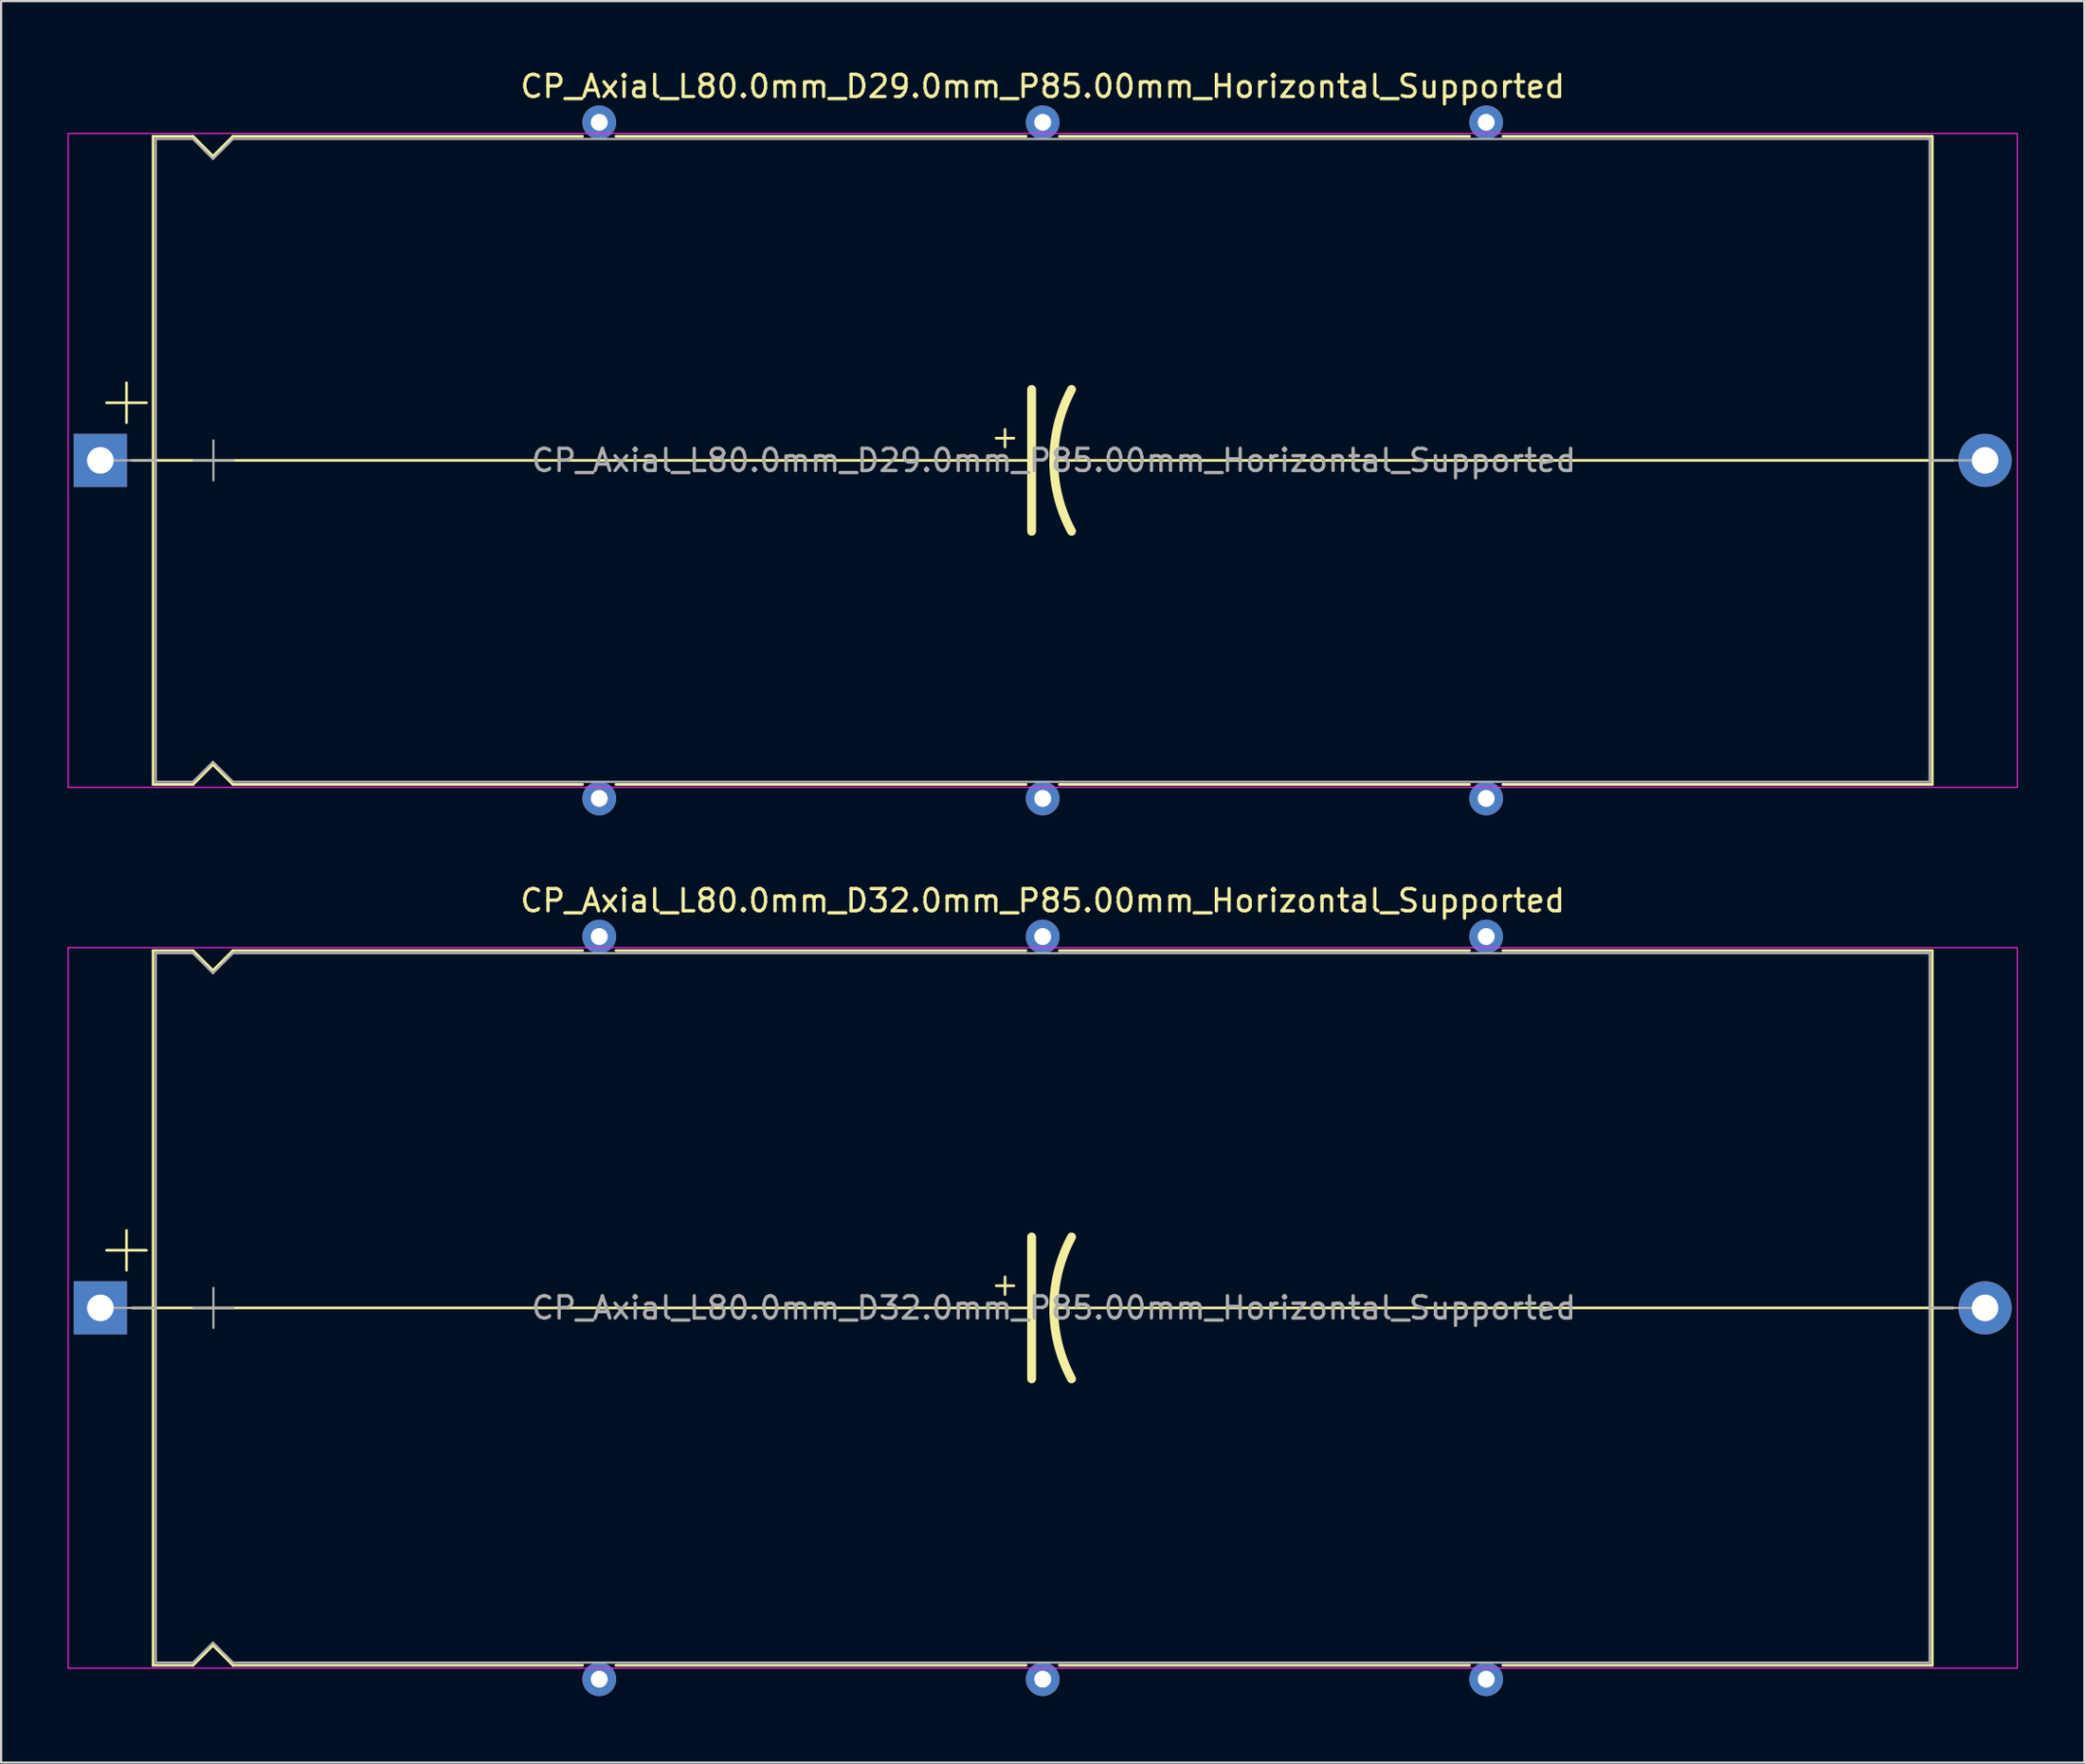
<source format=kicad_pcb>
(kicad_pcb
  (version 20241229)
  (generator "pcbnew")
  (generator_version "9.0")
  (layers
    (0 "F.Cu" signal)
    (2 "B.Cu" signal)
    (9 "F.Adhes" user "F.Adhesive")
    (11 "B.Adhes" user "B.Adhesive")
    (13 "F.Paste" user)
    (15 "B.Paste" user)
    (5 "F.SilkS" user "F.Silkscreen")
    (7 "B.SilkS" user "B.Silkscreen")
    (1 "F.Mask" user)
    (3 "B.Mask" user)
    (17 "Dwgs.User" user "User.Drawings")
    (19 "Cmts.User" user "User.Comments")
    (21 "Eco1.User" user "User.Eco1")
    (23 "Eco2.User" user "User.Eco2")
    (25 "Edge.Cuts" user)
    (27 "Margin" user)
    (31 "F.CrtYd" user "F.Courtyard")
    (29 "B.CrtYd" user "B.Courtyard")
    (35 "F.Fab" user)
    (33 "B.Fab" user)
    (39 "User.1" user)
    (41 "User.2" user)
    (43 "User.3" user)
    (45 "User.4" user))
  (footprint "CP_Axial_L80.0mm_D32.0mm_P85.00mm_Horizontal_Supported"
    (layer "F.Cu")
    (at 1.475 55.949)
    (property "Reference" "CP_Axial_L80.0mm_D32.0mm_P85.00mm_Horizontal_Supported" (at 42.5 -18.37 0) (layer "F.SilkS") (effects (font (size 1 1) (thickness 0.15))))
    (attr through_hole)
    (fp_line (start 0.28 -2.6) (end 2.08 -2.6) (stroke (width 0.12) (type solid)) (layer "F.SilkS"))
    (fp_line (start 1.18 -3.5) (end 1.18 -1.7) (stroke (width 0.12) (type solid)) (layer "F.SilkS"))
    (fp_line (start 1.44 0) (end 2.38 0) (stroke (width 0.12) (type solid)) (layer "F.SilkS"))
    (fp_line (start 2.38 -16.12) (end 2.38 16.12) (stroke (width 0.12) (type solid)) (layer "F.SilkS"))
    (fp_line (start 2.38 -16.12) (end 4.18 -16.12) (stroke (width 0.12) (type solid)) (layer "F.SilkS"))
    (fp_line (start 2.38 0) (end 42 0) (stroke (width 0.12) (type solid)) (layer "F.SilkS"))
    (fp_line (start 2.38 16.12) (end 4.18 16.12) (stroke (width 0.12) (type solid)) (layer "F.SilkS"))
    (fp_line (start 4.18 -16.12) (end 5.08 -15.22) (stroke (width 0.12) (type solid)) (layer "F.SilkS"))
    (fp_line (start 4.18 16.12) (end 5.08 15.22) (stroke (width 0.12) (type solid)) (layer "F.SilkS"))
    (fp_line (start 5.08 -15.22) (end 5.98 -16.12) (stroke (width 0.12) (type solid)) (layer "F.SilkS"))
    (fp_line (start 5.08 15.22) (end 5.98 16.12) (stroke (width 0.12) (type solid)) (layer "F.SilkS"))
    (fp_line (start 5.98 -16.12) (end 21.75 -16.12) (stroke (width 0.12) (type solid)) (layer "F.SilkS"))
    (fp_line (start 5.98 16.12) (end 21.75 16.12) (stroke (width 0.12) (type solid)) (layer "F.SilkS"))
    (fp_line (start 23.25 -16.12) (end 41.75 -16.12) (stroke (width 0.12) (type solid)) (layer "F.SilkS"))
    (fp_line (start 23.25 16.12) (end 41.75 16.12) (stroke (width 0.12) (type solid)) (layer "F.SilkS"))
    (fp_line (start 40.4 -1) (end 41.2 -1) (stroke (width 0.12) (type solid)) (layer "F.SilkS"))
    (fp_line (start 40.8 -1.4) (end 40.8 -0.6) (stroke (width 0.12) (type solid)) (layer "F.SilkS"))
    (fp_line (start 42 0) (end 42 -3.2) (stroke (width 0.4) (type solid)) (layer "F.SilkS"))
    (fp_line (start 42 0) (end 42 3.2) (stroke (width 0.4) (type solid)) (layer "F.SilkS"))
    (fp_line (start 43.25 -16.12) (end 61.75 -16.12) (stroke (width 0.12) (type solid)) (layer "F.SilkS"))
    (fp_line (start 43.25 16.12) (end 61.75 16.12) (stroke (width 0.12) (type solid)) (layer "F.SilkS"))
    (fp_line (start 63.25 -16.12) (end 82.62 -16.12) (stroke (width 0.12) (type solid)) (layer "F.SilkS"))
    (fp_line (start 63.25 16.12) (end 82.62 16.12) (stroke (width 0.12) (type solid)) (layer "F.SilkS"))
    (fp_line (start 82.62 -16.12) (end 82.62 16.12) (stroke (width 0.12) (type solid)) (layer "F.SilkS"))
    (fp_line (start 82.62 0) (end 43 0) (stroke (width 0.12) (type solid)) (layer "F.SilkS"))
    (fp_line (start 83.56 0) (end 82.62 0) (stroke (width 0.12) (type solid)) (layer "F.SilkS"))
    (fp_arc (start 43 0) (mid 43.203541 -1.649116) (end 43.8 -3.2) (stroke (width 0.4) (type solid)) (layer "F.SilkS"))
    (fp_arc (start 43.8 3.2) (mid 43.200703 1.649824) (end 43 0) (stroke (width 0.4) (type solid)) (layer "F.SilkS"))
    (fp_line (start -1.45 -16.25) (end -1.45 16.25) (stroke (width 0.05) (type solid)) (layer "F.CrtYd"))
    (fp_line (start -1.45 16.25) (end 86.45 16.25) (stroke (width 0.05) (type solid)) (layer "F.CrtYd"))
    (fp_line (start 86.45 -16.25) (end -1.45 -16.25) (stroke (width 0.05) (type solid)) (layer "F.CrtYd"))
    (fp_line (start 86.45 16.25) (end 86.45 -16.25) (stroke (width 0.05) (type solid)) (layer "F.CrtYd"))
    (fp_line (start 0 0) (end 2.5 0) (stroke (width 0.1) (type solid)) (layer "F.Fab"))
    (fp_line (start 2.5 -16) (end 2.5 16) (stroke (width 0.1) (type solid)) (layer "F.Fab"))
    (fp_line (start 2.5 -16) (end 4.18 -16) (stroke (width 0.1) (type solid)) (layer "F.Fab"))
    (fp_line (start 2.5 16) (end 4.18 16) (stroke (width 0.1) (type solid)) (layer "F.Fab"))
    (fp_line (start 4.18 -16) (end 5.08 -15.1) (stroke (width 0.1) (type solid)) (layer "F.Fab"))
    (fp_line (start 4.18 16) (end 5.08 15.1) (stroke (width 0.1) (type solid)) (layer "F.Fab"))
    (fp_line (start 4.2 0) (end 6 0) (stroke (width 0.1) (type solid)) (layer "F.Fab"))
    (fp_line (start 5.08 -15.1) (end 5.98 -16) (stroke (width 0.1) (type solid)) (layer "F.Fab"))
    (fp_line (start 5.08 15.1) (end 5.98 16) (stroke (width 0.1) (type solid)) (layer "F.Fab"))
    (fp_line (start 5.1 -0.9) (end 5.1 0.9) (stroke (width 0.1) (type solid)) (layer "F.Fab"))
    (fp_line (start 5.98 -16) (end 82.5 -16) (stroke (width 0.1) (type solid)) (layer "F.Fab"))
    (fp_line (start 5.98 16) (end 82.5 16) (stroke (width 0.1) (type solid)) (layer "F.Fab"))
    (fp_line (start 82.5 -16) (end 82.5 16) (stroke (width 0.1) (type solid)) (layer "F.Fab"))
    (fp_line (start 85 0) (end 82.5 0) (stroke (width 0.1) (type solid)) (layer "F.Fab"))
    (fp_text user "${REFERENCE}" (at 43 0 0) (layer "F.Fab") (effects (font (size 1 1) (thickness 0.15))))
    (pad "" thru_hole circle (at 22.5 -16.75) (size 1.524 1.524) (drill 0.762) (layers "*.Cu" "*.Mask"))
    (pad "" thru_hole circle (at 22.5 16.75) (size 1.524 1.524) (drill 0.762) (layers "*.Cu" "*.Mask"))
    (pad "" thru_hole circle (at 42.5 -16.75) (size 1.524 1.524) (drill 0.762) (layers "*.Cu" "*.Mask"))
    (pad "" thru_hole circle (at 42.5 16.75) (size 1.524 1.524) (drill 0.762) (layers "*.Cu" "*.Mask"))
    (pad "" thru_hole circle (at 62.5 -16.75) (size 1.524 1.524) (drill 0.762) (layers "*.Cu" "*.Mask"))
    (pad "" thru_hole circle (at 62.5 16.75) (size 1.524 1.524) (drill 0.762) (layers "*.Cu" "*.Mask"))
    (pad "1" thru_hole rect (at 0 0) (size 2.4 2.4) (drill 1.2) (layers "*.Cu" "*.Mask"))
    (pad "2" thru_hole oval (at 85 0) (size 2.4 2.4) (drill 1.2) (layers "*.Cu" "*.Mask")))
  (footprint "CP_Axial_L80.0mm_D29.0mm_P85.00mm_Horizontal_Supported"
    (layer "F.Cu")
    (at 1.475 17.718)
    (property "Reference" "CP_Axial_L80.0mm_D29.0mm_P85.00mm_Horizontal_Supported" (at 42.5 -16.87 0) (layer "F.SilkS") (effects (font (size 1 1) (thickness 0.15))))
    (attr through_hole)
    (fp_line (start 0.28 -2.6) (end 2.08 -2.6) (stroke (width 0.12) (type solid)) (layer "F.SilkS"))
    (fp_line (start 1.18 -3.5) (end 1.18 -1.7) (stroke (width 0.12) (type solid)) (layer "F.SilkS"))
    (fp_line (start 1.44 0) (end 2.38 0) (stroke (width 0.12) (type solid)) (layer "F.SilkS"))
    (fp_line (start 2.38 -14.62) (end 2.38 14.62) (stroke (width 0.12) (type solid)) (layer "F.SilkS"))
    (fp_line (start 2.38 -14.62) (end 4.18 -14.62) (stroke (width 0.12) (type solid)) (layer "F.SilkS"))
    (fp_line (start 2.38 0) (end 42 0) (stroke (width 0.12) (type solid)) (layer "F.SilkS"))
    (fp_line (start 2.38 14.62) (end 4.18 14.62) (stroke (width 0.12) (type solid)) (layer "F.SilkS"))
    (fp_line (start 4.18 -14.62) (end 5.08 -13.72) (stroke (width 0.12) (type solid)) (layer "F.SilkS"))
    (fp_line (start 4.18 14.62) (end 5.08 13.72) (stroke (width 0.12) (type solid)) (layer "F.SilkS"))
    (fp_line (start 5.08 -13.72) (end 5.98 -14.62) (stroke (width 0.12) (type solid)) (layer "F.SilkS"))
    (fp_line (start 5.08 13.72) (end 5.98 14.62) (stroke (width 0.12) (type solid)) (layer "F.SilkS"))
    (fp_line (start 5.98 -14.62) (end 21.75 -14.62) (stroke (width 0.12) (type solid)) (layer "F.SilkS"))
    (fp_line (start 5.98 14.62) (end 21.75 14.62) (stroke (width 0.12) (type solid)) (layer "F.SilkS"))
    (fp_line (start 23.25 -14.62) (end 41.75 -14.62) (stroke (width 0.12) (type solid)) (layer "F.SilkS"))
    (fp_line (start 23.25 14.62) (end 41.75 14.62) (stroke (width 0.12) (type solid)) (layer "F.SilkS"))
    (fp_line (start 40.4 -1) (end 41.2 -1) (stroke (width 0.12) (type solid)) (layer "F.SilkS"))
    (fp_line (start 40.8 -1.4) (end 40.8 -0.6) (stroke (width 0.12) (type solid)) (layer "F.SilkS"))
    (fp_line (start 42 0) (end 42 -3.2) (stroke (width 0.4) (type solid)) (layer "F.SilkS"))
    (fp_line (start 42 0) (end 42 3.2) (stroke (width 0.4) (type solid)) (layer "F.SilkS"))
    (fp_line (start 43.25 -14.62) (end 61.75 -14.62) (stroke (width 0.12) (type solid)) (layer "F.SilkS"))
    (fp_line (start 43.25 14.62) (end 61.75 14.62) (stroke (width 0.12) (type solid)) (layer "F.SilkS"))
    (fp_line (start 63.25 -14.62) (end 82.62 -14.62) (stroke (width 0.12) (type solid)) (layer "F.SilkS"))
    (fp_line (start 63.25 14.62) (end 82.62 14.62) (stroke (width 0.12) (type solid)) (layer "F.SilkS"))
    (fp_line (start 82.62 -14.62) (end 82.62 14.62) (stroke (width 0.12) (type solid)) (layer "F.SilkS"))
    (fp_line (start 82.62 0) (end 43 0) (stroke (width 0.12) (type solid)) (layer "F.SilkS"))
    (fp_line (start 83.56 0) (end 82.62 0) (stroke (width 0.12) (type solid)) (layer "F.SilkS"))
    (fp_arc (start 43 0) (mid 43.203541 -1.649116) (end 43.8 -3.2) (stroke (width 0.4) (type solid)) (layer "F.SilkS"))
    (fp_arc (start 43.8 3.2) (mid 43.200703 1.649824) (end 43 0) (stroke (width 0.4) (type solid)) (layer "F.SilkS"))
    (fp_line (start -1.45 -14.75) (end -1.45 14.75) (stroke (width 0.05) (type solid)) (layer "F.CrtYd"))
    (fp_line (start -1.45 14.75) (end 86.45 14.75) (stroke (width 0.05) (type solid)) (layer "F.CrtYd"))
    (fp_line (start 86.45 -14.75) (end -1.45 -14.75) (stroke (width 0.05) (type solid)) (layer "F.CrtYd"))
    (fp_line (start 86.45 14.75) (end 86.45 -14.75) (stroke (width 0.05) (type solid)) (layer "F.CrtYd"))
    (fp_line (start 0 0) (end 2.5 0) (stroke (width 0.1) (type solid)) (layer "F.Fab"))
    (fp_line (start 2.5 -14.5) (end 2.5 14.5) (stroke (width 0.1) (type solid)) (layer "F.Fab"))
    (fp_line (start 2.5 -14.5) (end 4.18 -14.5) (stroke (width 0.1) (type solid)) (layer "F.Fab"))
    (fp_line (start 2.5 14.5) (end 4.18 14.5) (stroke (width 0.1) (type solid)) (layer "F.Fab"))
    (fp_line (start 4.18 -14.5) (end 5.08 -13.6) (stroke (width 0.1) (type solid)) (layer "F.Fab"))
    (fp_line (start 4.18 14.5) (end 5.08 13.6) (stroke (width 0.1) (type solid)) (layer "F.Fab"))
    (fp_line (start 4.2 0) (end 6 0) (stroke (width 0.1) (type solid)) (layer "F.Fab"))
    (fp_line (start 5.08 -13.6) (end 5.98 -14.5) (stroke (width 0.1) (type solid)) (layer "F.Fab"))
    (fp_line (start 5.08 13.6) (end 5.98 14.5) (stroke (width 0.1) (type solid)) (layer "F.Fab"))
    (fp_line (start 5.1 -0.9) (end 5.1 0.9) (stroke (width 0.1) (type solid)) (layer "F.Fab"))
    (fp_line (start 5.98 -14.5) (end 82.5 -14.5) (stroke (width 0.1) (type solid)) (layer "F.Fab"))
    (fp_line (start 5.98 14.5) (end 82.5 14.5) (stroke (width 0.1) (type solid)) (layer "F.Fab"))
    (fp_line (start 82.5 -14.5) (end 82.5 14.5) (stroke (width 0.1) (type solid)) (layer "F.Fab"))
    (fp_line (start 85 0) (end 82.5 0) (stroke (width 0.1) (type solid)) (layer "F.Fab"))
    (fp_text user "${REFERENCE}" (at 43 0 0) (layer "F.Fab") (effects (font (size 1 1) (thickness 0.15))))
    (pad "" thru_hole circle (at 22.5 -15.25) (size 1.524 1.524) (drill 0.762) (layers "*.Cu" "*.Mask"))
    (pad "" thru_hole circle (at 22.5 15.25) (size 1.524 1.524) (drill 0.762) (layers "*.Cu" "*.Mask"))
    (pad "" thru_hole circle (at 42.5 -15.25) (size 1.524 1.524) (drill 0.762) (layers "*.Cu" "*.Mask"))
    (pad "" thru_hole circle (at 42.5 15.25) (size 1.524 1.524) (drill 0.762) (layers "*.Cu" "*.Mask"))
    (pad "" thru_hole circle (at 62.5 -15.25) (size 1.524 1.524) (drill 0.762) (layers "*.Cu" "*.Mask"))
    (pad "" thru_hole circle (at 62.5 15.25) (size 1.524 1.524) (drill 0.762) (layers "*.Cu" "*.Mask"))
    (pad "1" thru_hole rect (at 0 0) (size 2.4 2.4) (drill 1.2) (layers "*.Cu" "*.Mask"))
    (pad "2" thru_hole oval (at 85 0) (size 2.4 2.4) (drill 1.2) (layers "*.Cu" "*.Mask")))
  (gr_rect
    (start -3 -3)
    (end 90.95 76.46)
    (stroke (width 0.1) (type default))
    (fill no)
    (layer "Edge.Cuts")))
</source>
